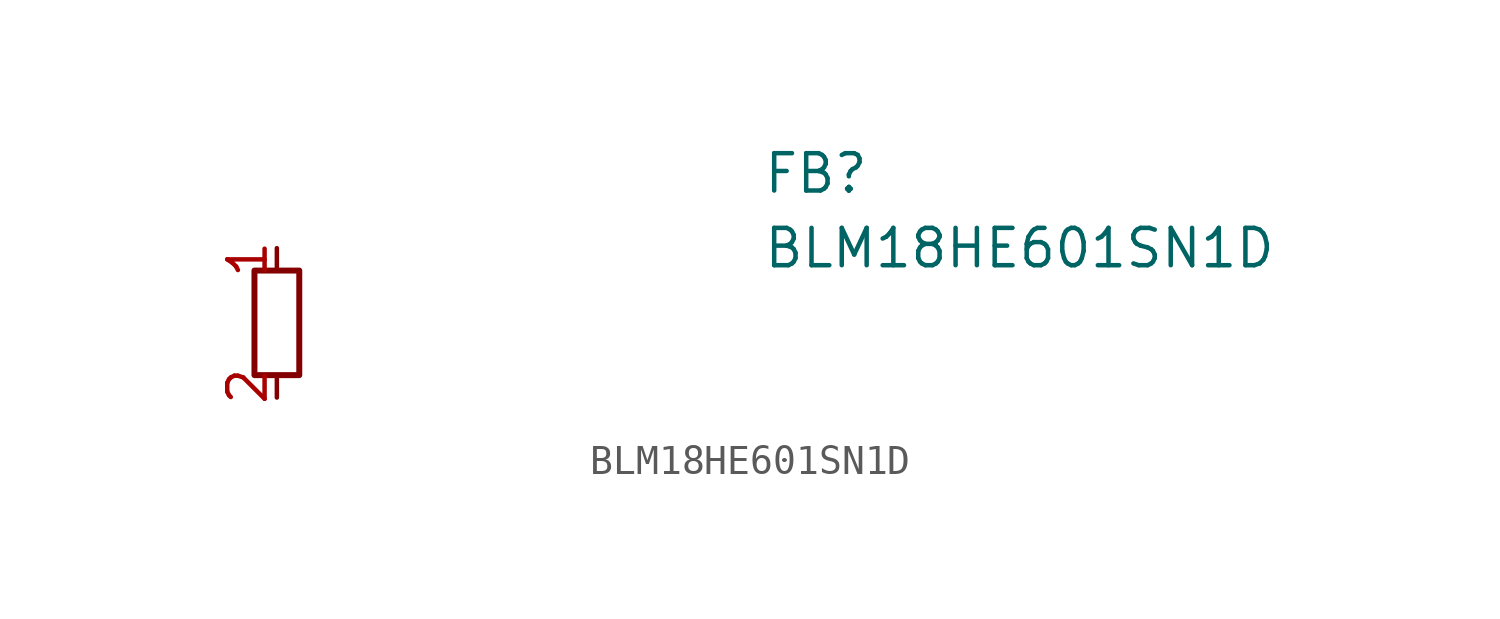
<source format=kicad_sym>
(kicad_symbol_lib
  (version 20220914)
  (generator kicad_symbol_editor)
  (symbol "BLM18HE601SN1D"
    (pin_names
      (offset 0.762))
    (property "Reference" "FB"
      (at 16.51 7.62 0)
      (effects (font (size 1.27 1.27)) (justify left)))
    (property "Value" "BLM18HE601SN1D"
      (at 16.51 5.08 0)
      (effects (font (size 1.27 1.27)) (justify left)))
    (symbol "BLM18HE601SN1D_0_1"
      (rectangle (start -0.762 4.318) (end 0.762 0.762) (stroke (width 0.203) (type default)) (fill (type none))))
    (symbol "BLM18HE601SN1D_1_1"
      (pin passive line (at 0 5.08 270) (length 0.762) (name "~" (effects (font (size 1.27 1.27)))) (number "1" (effects (font (size 1.27 1.27)))))
      (pin passive line (at 0 0 90) (length 0.762) (name "~" (effects (font (size 1.27 1.27)))) (number "2" (effects (font (size 1.27 1.27))))))))
</source>
